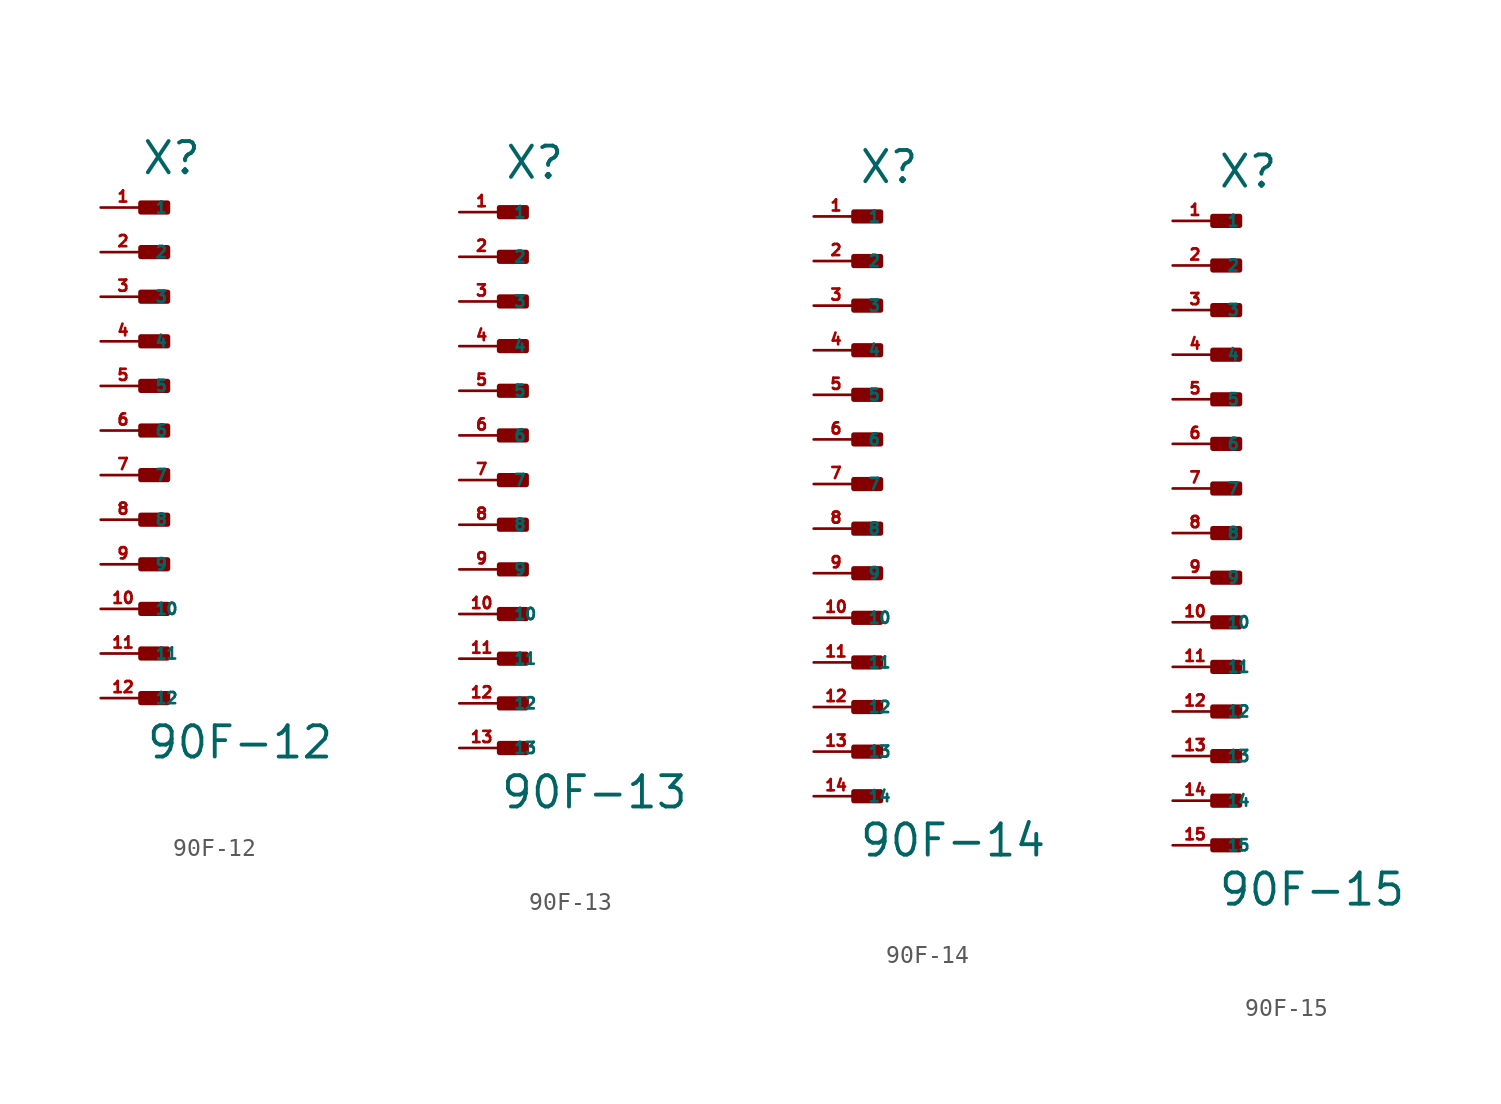
<source format=kicad_sym>
(kicad_symbol_lib
  (version 20220914)
  (generator Eagle2Kicad)
  (symbol "90F-12"
    (property "Reference" "X"
      (at -0.254 14.478 0)
      (effects (font (size 1.778 1.778) (thickness 0.22)) (justify left bottom)))
    (property "Value" "90F-12"
      (at 0 -18.796 0)
      (effects (font (size 1.778 1.778) (thickness 0.22)) (justify left bottom)))
    (rectangle
      (start -0.254 12.446)
      (end 1.27 12.954)
      (stroke (width 0.3) (type default))
      (fill (type outline)))
    (rectangle
      (start -0.254 9.906)
      (end 1.27 10.414)
      (stroke (width 0.3) (type default))
      (fill (type outline)))
    (rectangle
      (start -0.254 7.366)
      (end 1.27 7.874)
      (stroke (width 0.3) (type default))
      (fill (type outline)))
    (rectangle
      (start -0.254 4.826)
      (end 1.27 5.334)
      (stroke (width 0.3) (type default))
      (fill (type outline)))
    (rectangle
      (start -0.254 2.286)
      (end 1.27 2.794)
      (stroke (width 0.3) (type default))
      (fill (type outline)))
    (rectangle
      (start -0.254 -0.254)
      (end 1.27 0.254)
      (stroke (width 0.3) (type default))
      (fill (type outline)))
    (rectangle
      (start -0.254 -2.794)
      (end 1.27 -2.286)
      (stroke (width 0.3) (type default))
      (fill (type outline)))
    (rectangle
      (start -0.254 -5.334)
      (end 1.27 -4.826)
      (stroke (width 0.3) (type default))
      (fill (type outline)))
    (rectangle
      (start -0.254 -7.874)
      (end 1.27 -7.366)
      (stroke (width 0.3) (type default))
      (fill (type outline)))
    (rectangle
      (start -0.254 -10.414)
      (end 1.27 -9.906)
      (stroke (width 0.3) (type default))
      (fill (type outline)))
    (rectangle
      (start -0.254 -12.954)
      (end 1.27 -12.446)
      (stroke (width 0.3) (type default))
      (fill (type outline)))
    (rectangle
      (start -0.254 -15.494)
      (end 1.27 -14.986)
      (stroke (width 0.3) (type default))
      (fill (type outline)))
    (pin passive line
      (at -2.54 12.7 0)
      (length 2.54)
      (name "1" (effects (font (size 0.635 0.635) (thickness 0.08)) (justify left bottom)))
      (number "1" (effects (font (size 0.635 0.635) (thickness 0.08)) (justify left bottom))))
    (pin passive line
      (at -2.54 10.16 0)
      (length 2.54)
      (name "2" (effects (font (size 0.635 0.635) (thickness 0.08)) (justify left bottom)))
      (number "2" (effects (font (size 0.635 0.635) (thickness 0.08)) (justify left bottom))))
    (pin passive line
      (at -2.54 7.62 0)
      (length 2.54)
      (name "3" (effects (font (size 0.635 0.635) (thickness 0.08)) (justify left bottom)))
      (number "3" (effects (font (size 0.635 0.635) (thickness 0.08)) (justify left bottom))))
    (pin passive line
      (at -2.54 5.08 0)
      (length 2.54)
      (name "4" (effects (font (size 0.635 0.635) (thickness 0.08)) (justify left bottom)))
      (number "4" (effects (font (size 0.635 0.635) (thickness 0.08)) (justify left bottom))))
    (pin passive line
      (at -2.54 2.54 0)
      (length 2.54)
      (name "5" (effects (font (size 0.635 0.635) (thickness 0.08)) (justify left bottom)))
      (number "5" (effects (font (size 0.635 0.635) (thickness 0.08)) (justify left bottom))))
    (pin passive line
      (at -2.54 0 0)
      (length 2.54)
      (name "6" (effects (font (size 0.635 0.635) (thickness 0.08)) (justify left bottom)))
      (number "6" (effects (font (size 0.635 0.635) (thickness 0.08)) (justify left bottom))))
    (pin passive line
      (at -2.54 -2.54 0)
      (length 2.54)
      (name "7" (effects (font (size 0.635 0.635) (thickness 0.08)) (justify left bottom)))
      (number "7" (effects (font (size 0.635 0.635) (thickness 0.08)) (justify left bottom))))
    (pin passive line
      (at -2.54 -5.08 0)
      (length 2.54)
      (name "8" (effects (font (size 0.635 0.635) (thickness 0.08)) (justify left bottom)))
      (number "8" (effects (font (size 0.635 0.635) (thickness 0.08)) (justify left bottom))))
    (pin passive line
      (at -2.54 -7.62 0)
      (length 2.54)
      (name "9" (effects (font (size 0.635 0.635) (thickness 0.08)) (justify left bottom)))
      (number "9" (effects (font (size 0.635 0.635) (thickness 0.08)) (justify left bottom))))
    (pin passive line
      (at -2.54 -10.16 0)
      (length 2.54)
      (name "10" (effects (font (size 0.635 0.635) (thickness 0.08)) (justify left bottom)))
      (number "10" (effects (font (size 0.635 0.635) (thickness 0.08)) (justify left bottom))))
    (pin passive line
      (at -2.54 -12.7 0)
      (length 2.54)
      (name "11" (effects (font (size 0.635 0.635) (thickness 0.08)) (justify left bottom)))
      (number "11" (effects (font (size 0.635 0.635) (thickness 0.08)) (justify left bottom))))
    (pin passive line
      (at -2.54 -15.24 0)
      (length 2.54)
      (name "12" (effects (font (size 0.635 0.635) (thickness 0.08)) (justify left bottom)))
      (number "12" (effects (font (size 0.635 0.635) (thickness 0.08)) (justify left bottom)))))
  (symbol "90F-13"
    (property "Reference" "X"
      (at 0 17.018 0)
      (effects (font (size 1.778 1.778) (thickness 0.22)) (justify left bottom)))
    (property "Value" "90F-13"
      (at -0.254 -18.796 0)
      (effects (font (size 1.778 1.778) (thickness 0.22)) (justify left bottom)))
    (rectangle
      (start -0.254 14.986)
      (end 1.27 15.494)
      (stroke (width 0.3) (type default))
      (fill (type outline)))
    (rectangle
      (start -0.254 12.446)
      (end 1.27 12.954)
      (stroke (width 0.3) (type default))
      (fill (type outline)))
    (rectangle
      (start -0.254 9.906)
      (end 1.27 10.414)
      (stroke (width 0.3) (type default))
      (fill (type outline)))
    (rectangle
      (start -0.254 7.366)
      (end 1.27 7.874)
      (stroke (width 0.3) (type default))
      (fill (type outline)))
    (rectangle
      (start -0.254 4.826)
      (end 1.27 5.334)
      (stroke (width 0.3) (type default))
      (fill (type outline)))
    (rectangle
      (start -0.254 2.286)
      (end 1.27 2.794)
      (stroke (width 0.3) (type default))
      (fill (type outline)))
    (rectangle
      (start -0.254 -0.254)
      (end 1.27 0.254)
      (stroke (width 0.3) (type default))
      (fill (type outline)))
    (rectangle
      (start -0.254 -2.794)
      (end 1.27 -2.286)
      (stroke (width 0.3) (type default))
      (fill (type outline)))
    (rectangle
      (start -0.254 -5.334)
      (end 1.27 -4.826)
      (stroke (width 0.3) (type default))
      (fill (type outline)))
    (rectangle
      (start -0.254 -7.874)
      (end 1.27 -7.366)
      (stroke (width 0.3) (type default))
      (fill (type outline)))
    (rectangle
      (start -0.254 -10.414)
      (end 1.27 -9.906)
      (stroke (width 0.3) (type default))
      (fill (type outline)))
    (rectangle
      (start -0.254 -12.954)
      (end 1.27 -12.446)
      (stroke (width 0.3) (type default))
      (fill (type outline)))
    (rectangle
      (start -0.254 -15.494)
      (end 1.27 -14.986)
      (stroke (width 0.3) (type default))
      (fill (type outline)))
    (pin passive line
      (at -2.54 15.24 0)
      (length 2.54)
      (name "1" (effects (font (size 0.635 0.635) (thickness 0.08)) (justify left bottom)))
      (number "1" (effects (font (size 0.635 0.635) (thickness 0.08)) (justify left bottom))))
    (pin passive line
      (at -2.54 12.7 0)
      (length 2.54)
      (name "2" (effects (font (size 0.635 0.635) (thickness 0.08)) (justify left bottom)))
      (number "2" (effects (font (size 0.635 0.635) (thickness 0.08)) (justify left bottom))))
    (pin passive line
      (at -2.54 10.16 0)
      (length 2.54)
      (name "3" (effects (font (size 0.635 0.635) (thickness 0.08)) (justify left bottom)))
      (number "3" (effects (font (size 0.635 0.635) (thickness 0.08)) (justify left bottom))))
    (pin passive line
      (at -2.54 7.62 0)
      (length 2.54)
      (name "4" (effects (font (size 0.635 0.635) (thickness 0.08)) (justify left bottom)))
      (number "4" (effects (font (size 0.635 0.635) (thickness 0.08)) (justify left bottom))))
    (pin passive line
      (at -2.54 5.08 0)
      (length 2.54)
      (name "5" (effects (font (size 0.635 0.635) (thickness 0.08)) (justify left bottom)))
      (number "5" (effects (font (size 0.635 0.635) (thickness 0.08)) (justify left bottom))))
    (pin passive line
      (at -2.54 2.54 0)
      (length 2.54)
      (name "6" (effects (font (size 0.635 0.635) (thickness 0.08)) (justify left bottom)))
      (number "6" (effects (font (size 0.635 0.635) (thickness 0.08)) (justify left bottom))))
    (pin passive line
      (at -2.54 0 0)
      (length 2.54)
      (name "7" (effects (font (size 0.635 0.635) (thickness 0.08)) (justify left bottom)))
      (number "7" (effects (font (size 0.635 0.635) (thickness 0.08)) (justify left bottom))))
    (pin passive line
      (at -2.54 -2.54 0)
      (length 2.54)
      (name "8" (effects (font (size 0.635 0.635) (thickness 0.08)) (justify left bottom)))
      (number "8" (effects (font (size 0.635 0.635) (thickness 0.08)) (justify left bottom))))
    (pin passive line
      (at -2.54 -5.08 0)
      (length 2.54)
      (name "9" (effects (font (size 0.635 0.635) (thickness 0.08)) (justify left bottom)))
      (number "9" (effects (font (size 0.635 0.635) (thickness 0.08)) (justify left bottom))))
    (pin passive line
      (at -2.54 -7.62 0)
      (length 2.54)
      (name "10" (effects (font (size 0.635 0.635) (thickness 0.08)) (justify left bottom)))
      (number "10" (effects (font (size 0.635 0.635) (thickness 0.08)) (justify left bottom))))
    (pin passive line
      (at -2.54 -10.16 0)
      (length 2.54)
      (name "11" (effects (font (size 0.635 0.635) (thickness 0.08)) (justify left bottom)))
      (number "11" (effects (font (size 0.635 0.635) (thickness 0.08)) (justify left bottom))))
    (pin passive line
      (at -2.54 -12.7 0)
      (length 2.54)
      (name "12" (effects (font (size 0.635 0.635) (thickness 0.08)) (justify left bottom)))
      (number "12" (effects (font (size 0.635 0.635) (thickness 0.08)) (justify left bottom))))
    (pin passive line
      (at -2.54 -15.24 0)
      (length 2.54)
      (name "13" (effects (font (size 0.635 0.635) (thickness 0.08)) (justify left bottom)))
      (number "13" (effects (font (size 0.635 0.635) (thickness 0.08)) (justify left bottom)))))
  (symbol "90F-14"
    (property "Reference" "X"
      (at 0 17.018 0)
      (effects (font (size 1.778 1.778) (thickness 0.22)) (justify left bottom)))
    (property "Value" "90F-14"
      (at 0 -21.336 0)
      (effects (font (size 1.778 1.778) (thickness 0.22)) (justify left bottom)))
    (rectangle
      (start -0.254 14.986)
      (end 1.27 15.494)
      (stroke (width 0.3) (type default))
      (fill (type outline)))
    (rectangle
      (start -0.254 12.446)
      (end 1.27 12.954)
      (stroke (width 0.3) (type default))
      (fill (type outline)))
    (rectangle
      (start -0.254 9.906)
      (end 1.27 10.414)
      (stroke (width 0.3) (type default))
      (fill (type outline)))
    (rectangle
      (start -0.254 7.366)
      (end 1.27 7.874)
      (stroke (width 0.3) (type default))
      (fill (type outline)))
    (rectangle
      (start -0.254 4.826)
      (end 1.27 5.334)
      (stroke (width 0.3) (type default))
      (fill (type outline)))
    (rectangle
      (start -0.254 2.286)
      (end 1.27 2.794)
      (stroke (width 0.3) (type default))
      (fill (type outline)))
    (rectangle
      (start -0.254 -0.254)
      (end 1.27 0.254)
      (stroke (width 0.3) (type default))
      (fill (type outline)))
    (rectangle
      (start -0.254 -2.794)
      (end 1.27 -2.286)
      (stroke (width 0.3) (type default))
      (fill (type outline)))
    (rectangle
      (start -0.254 -5.334)
      (end 1.27 -4.826)
      (stroke (width 0.3) (type default))
      (fill (type outline)))
    (rectangle
      (start -0.254 -7.874)
      (end 1.27 -7.366)
      (stroke (width 0.3) (type default))
      (fill (type outline)))
    (rectangle
      (start -0.254 -10.414)
      (end 1.27 -9.906)
      (stroke (width 0.3) (type default))
      (fill (type outline)))
    (rectangle
      (start -0.254 -12.954)
      (end 1.27 -12.446)
      (stroke (width 0.3) (type default))
      (fill (type outline)))
    (rectangle
      (start -0.254 -15.494)
      (end 1.27 -14.986)
      (stroke (width 0.3) (type default))
      (fill (type outline)))
    (rectangle
      (start -0.254 -18.034)
      (end 1.27 -17.526)
      (stroke (width 0.3) (type default))
      (fill (type outline)))
    (pin passive line
      (at -2.54 15.24 0)
      (length 2.54)
      (name "1" (effects (font (size 0.635 0.635) (thickness 0.08)) (justify left bottom)))
      (number "1" (effects (font (size 0.635 0.635) (thickness 0.08)) (justify left bottom))))
    (pin passive line
      (at -2.54 12.7 0)
      (length 2.54)
      (name "2" (effects (font (size 0.635 0.635) (thickness 0.08)) (justify left bottom)))
      (number "2" (effects (font (size 0.635 0.635) (thickness 0.08)) (justify left bottom))))
    (pin passive line
      (at -2.54 10.16 0)
      (length 2.54)
      (name "3" (effects (font (size 0.635 0.635) (thickness 0.08)) (justify left bottom)))
      (number "3" (effects (font (size 0.635 0.635) (thickness 0.08)) (justify left bottom))))
    (pin passive line
      (at -2.54 7.62 0)
      (length 2.54)
      (name "4" (effects (font (size 0.635 0.635) (thickness 0.08)) (justify left bottom)))
      (number "4" (effects (font (size 0.635 0.635) (thickness 0.08)) (justify left bottom))))
    (pin passive line
      (at -2.54 5.08 0)
      (length 2.54)
      (name "5" (effects (font (size 0.635 0.635) (thickness 0.08)) (justify left bottom)))
      (number "5" (effects (font (size 0.635 0.635) (thickness 0.08)) (justify left bottom))))
    (pin passive line
      (at -2.54 2.54 0)
      (length 2.54)
      (name "6" (effects (font (size 0.635 0.635) (thickness 0.08)) (justify left bottom)))
      (number "6" (effects (font (size 0.635 0.635) (thickness 0.08)) (justify left bottom))))
    (pin passive line
      (at -2.54 0 0)
      (length 2.54)
      (name "7" (effects (font (size 0.635 0.635) (thickness 0.08)) (justify left bottom)))
      (number "7" (effects (font (size 0.635 0.635) (thickness 0.08)) (justify left bottom))))
    (pin passive line
      (at -2.54 -2.54 0)
      (length 2.54)
      (name "8" (effects (font (size 0.635 0.635) (thickness 0.08)) (justify left bottom)))
      (number "8" (effects (font (size 0.635 0.635) (thickness 0.08)) (justify left bottom))))
    (pin passive line
      (at -2.54 -5.08 0)
      (length 2.54)
      (name "9" (effects (font (size 0.635 0.635) (thickness 0.08)) (justify left bottom)))
      (number "9" (effects (font (size 0.635 0.635) (thickness 0.08)) (justify left bottom))))
    (pin passive line
      (at -2.54 -7.62 0)
      (length 2.54)
      (name "10" (effects (font (size 0.635 0.635) (thickness 0.08)) (justify left bottom)))
      (number "10" (effects (font (size 0.635 0.635) (thickness 0.08)) (justify left bottom))))
    (pin passive line
      (at -2.54 -10.16 0)
      (length 2.54)
      (name "11" (effects (font (size 0.635 0.635) (thickness 0.08)) (justify left bottom)))
      (number "11" (effects (font (size 0.635 0.635) (thickness 0.08)) (justify left bottom))))
    (pin passive line
      (at -2.54 -12.7 0)
      (length 2.54)
      (name "12" (effects (font (size 0.635 0.635) (thickness 0.08)) (justify left bottom)))
      (number "12" (effects (font (size 0.635 0.635) (thickness 0.08)) (justify left bottom))))
    (pin passive line
      (at -2.54 -15.24 0)
      (length 2.54)
      (name "13" (effects (font (size 0.635 0.635) (thickness 0.08)) (justify left bottom)))
      (number "13" (effects (font (size 0.635 0.635) (thickness 0.08)) (justify left bottom))))
    (pin passive line
      (at -2.54 -17.78 0)
      (length 2.54)
      (name "14" (effects (font (size 0.635 0.635) (thickness 0.08)) (justify left bottom)))
      (number "14" (effects (font (size 0.635 0.635) (thickness 0.08)) (justify left bottom)))))
  (symbol "90F-15"
    (property "Reference" "X"
      (at 0 19.558 0)
      (effects (font (size 1.778 1.778) (thickness 0.22)) (justify left bottom)))
    (property "Value" "90F-15"
      (at 0 -21.336 0)
      (effects (font (size 1.778 1.778) (thickness 0.22)) (justify left bottom)))
    (rectangle
      (start -0.254 17.526)
      (end 1.27 18.034)
      (stroke (width 0.3) (type default))
      (fill (type outline)))
    (rectangle
      (start -0.254 14.986)
      (end 1.27 15.494)
      (stroke (width 0.3) (type default))
      (fill (type outline)))
    (rectangle
      (start -0.254 12.446)
      (end 1.27 12.954)
      (stroke (width 0.3) (type default))
      (fill (type outline)))
    (rectangle
      (start -0.254 9.906)
      (end 1.27 10.414)
      (stroke (width 0.3) (type default))
      (fill (type outline)))
    (rectangle
      (start -0.254 7.366)
      (end 1.27 7.874)
      (stroke (width 0.3) (type default))
      (fill (type outline)))
    (rectangle
      (start -0.254 4.826)
      (end 1.27 5.334)
      (stroke (width 0.3) (type default))
      (fill (type outline)))
    (rectangle
      (start -0.254 2.286)
      (end 1.27 2.794)
      (stroke (width 0.3) (type default))
      (fill (type outline)))
    (rectangle
      (start -0.254 -0.254)
      (end 1.27 0.254)
      (stroke (width 0.3) (type default))
      (fill (type outline)))
    (rectangle
      (start -0.254 -2.794)
      (end 1.27 -2.286)
      (stroke (width 0.3) (type default))
      (fill (type outline)))
    (rectangle
      (start -0.254 -5.334)
      (end 1.27 -4.826)
      (stroke (width 0.3) (type default))
      (fill (type outline)))
    (rectangle
      (start -0.254 -7.874)
      (end 1.27 -7.366)
      (stroke (width 0.3) (type default))
      (fill (type outline)))
    (rectangle
      (start -0.254 -10.414)
      (end 1.27 -9.906)
      (stroke (width 0.3) (type default))
      (fill (type outline)))
    (rectangle
      (start -0.254 -12.954)
      (end 1.27 -12.446)
      (stroke (width 0.3) (type default))
      (fill (type outline)))
    (rectangle
      (start -0.254 -15.494)
      (end 1.27 -14.986)
      (stroke (width 0.3) (type default))
      (fill (type outline)))
    (rectangle
      (start -0.254 -18.034)
      (end 1.27 -17.526)
      (stroke (width 0.3) (type default))
      (fill (type outline)))
    (pin passive line
      (at -2.54 17.78 0)
      (length 2.54)
      (name "1" (effects (font (size 0.635 0.635) (thickness 0.08)) (justify left bottom)))
      (number "1" (effects (font (size 0.635 0.635) (thickness 0.08)) (justify left bottom))))
    (pin passive line
      (at -2.54 15.24 0)
      (length 2.54)
      (name "2" (effects (font (size 0.635 0.635) (thickness 0.08)) (justify left bottom)))
      (number "2" (effects (font (size 0.635 0.635) (thickness 0.08)) (justify left bottom))))
    (pin passive line
      (at -2.54 12.7 0)
      (length 2.54)
      (name "3" (effects (font (size 0.635 0.635) (thickness 0.08)) (justify left bottom)))
      (number "3" (effects (font (size 0.635 0.635) (thickness 0.08)) (justify left bottom))))
    (pin passive line
      (at -2.54 10.16 0)
      (length 2.54)
      (name "4" (effects (font (size 0.635 0.635) (thickness 0.08)) (justify left bottom)))
      (number "4" (effects (font (size 0.635 0.635) (thickness 0.08)) (justify left bottom))))
    (pin passive line
      (at -2.54 7.62 0)
      (length 2.54)
      (name "5" (effects (font (size 0.635 0.635) (thickness 0.08)) (justify left bottom)))
      (number "5" (effects (font (size 0.635 0.635) (thickness 0.08)) (justify left bottom))))
    (pin passive line
      (at -2.54 5.08 0)
      (length 2.54)
      (name "6" (effects (font (size 0.635 0.635) (thickness 0.08)) (justify left bottom)))
      (number "6" (effects (font (size 0.635 0.635) (thickness 0.08)) (justify left bottom))))
    (pin passive line
      (at -2.54 2.54 0)
      (length 2.54)
      (name "7" (effects (font (size 0.635 0.635) (thickness 0.08)) (justify left bottom)))
      (number "7" (effects (font (size 0.635 0.635) (thickness 0.08)) (justify left bottom))))
    (pin passive line
      (at -2.54 0 0)
      (length 2.54)
      (name "8" (effects (font (size 0.635 0.635) (thickness 0.08)) (justify left bottom)))
      (number "8" (effects (font (size 0.635 0.635) (thickness 0.08)) (justify left bottom))))
    (pin passive line
      (at -2.54 -2.54 0)
      (length 2.54)
      (name "9" (effects (font (size 0.635 0.635) (thickness 0.08)) (justify left bottom)))
      (number "9" (effects (font (size 0.635 0.635) (thickness 0.08)) (justify left bottom))))
    (pin passive line
      (at -2.54 -5.08 0)
      (length 2.54)
      (name "10" (effects (font (size 0.635 0.635) (thickness 0.08)) (justify left bottom)))
      (number "10" (effects (font (size 0.635 0.635) (thickness 0.08)) (justify left bottom))))
    (pin passive line
      (at -2.54 -7.62 0)
      (length 2.54)
      (name "11" (effects (font (size 0.635 0.635) (thickness 0.08)) (justify left bottom)))
      (number "11" (effects (font (size 0.635 0.635) (thickness 0.08)) (justify left bottom))))
    (pin passive line
      (at -2.54 -10.16 0)
      (length 2.54)
      (name "12" (effects (font (size 0.635 0.635) (thickness 0.08)) (justify left bottom)))
      (number "12" (effects (font (size 0.635 0.635) (thickness 0.08)) (justify left bottom))))
    (pin passive line
      (at -2.54 -12.7 0)
      (length 2.54)
      (name "13" (effects (font (size 0.635 0.635) (thickness 0.08)) (justify left bottom)))
      (number "13" (effects (font (size 0.635 0.635) (thickness 0.08)) (justify left bottom))))
    (pin passive line
      (at -2.54 -15.24 0)
      (length 2.54)
      (name "14" (effects (font (size 0.635 0.635) (thickness 0.08)) (justify left bottom)))
      (number "14" (effects (font (size 0.635 0.635) (thickness 0.08)) (justify left bottom))))
    (pin passive line
      (at -2.54 -17.78 0)
      (length 2.54)
      (name "15" (effects (font (size 0.635 0.635) (thickness 0.08)) (justify left bottom)))
      (number "15" (effects (font (size 0.635 0.635) (thickness 0.08)) (justify left bottom))))))
</source>
